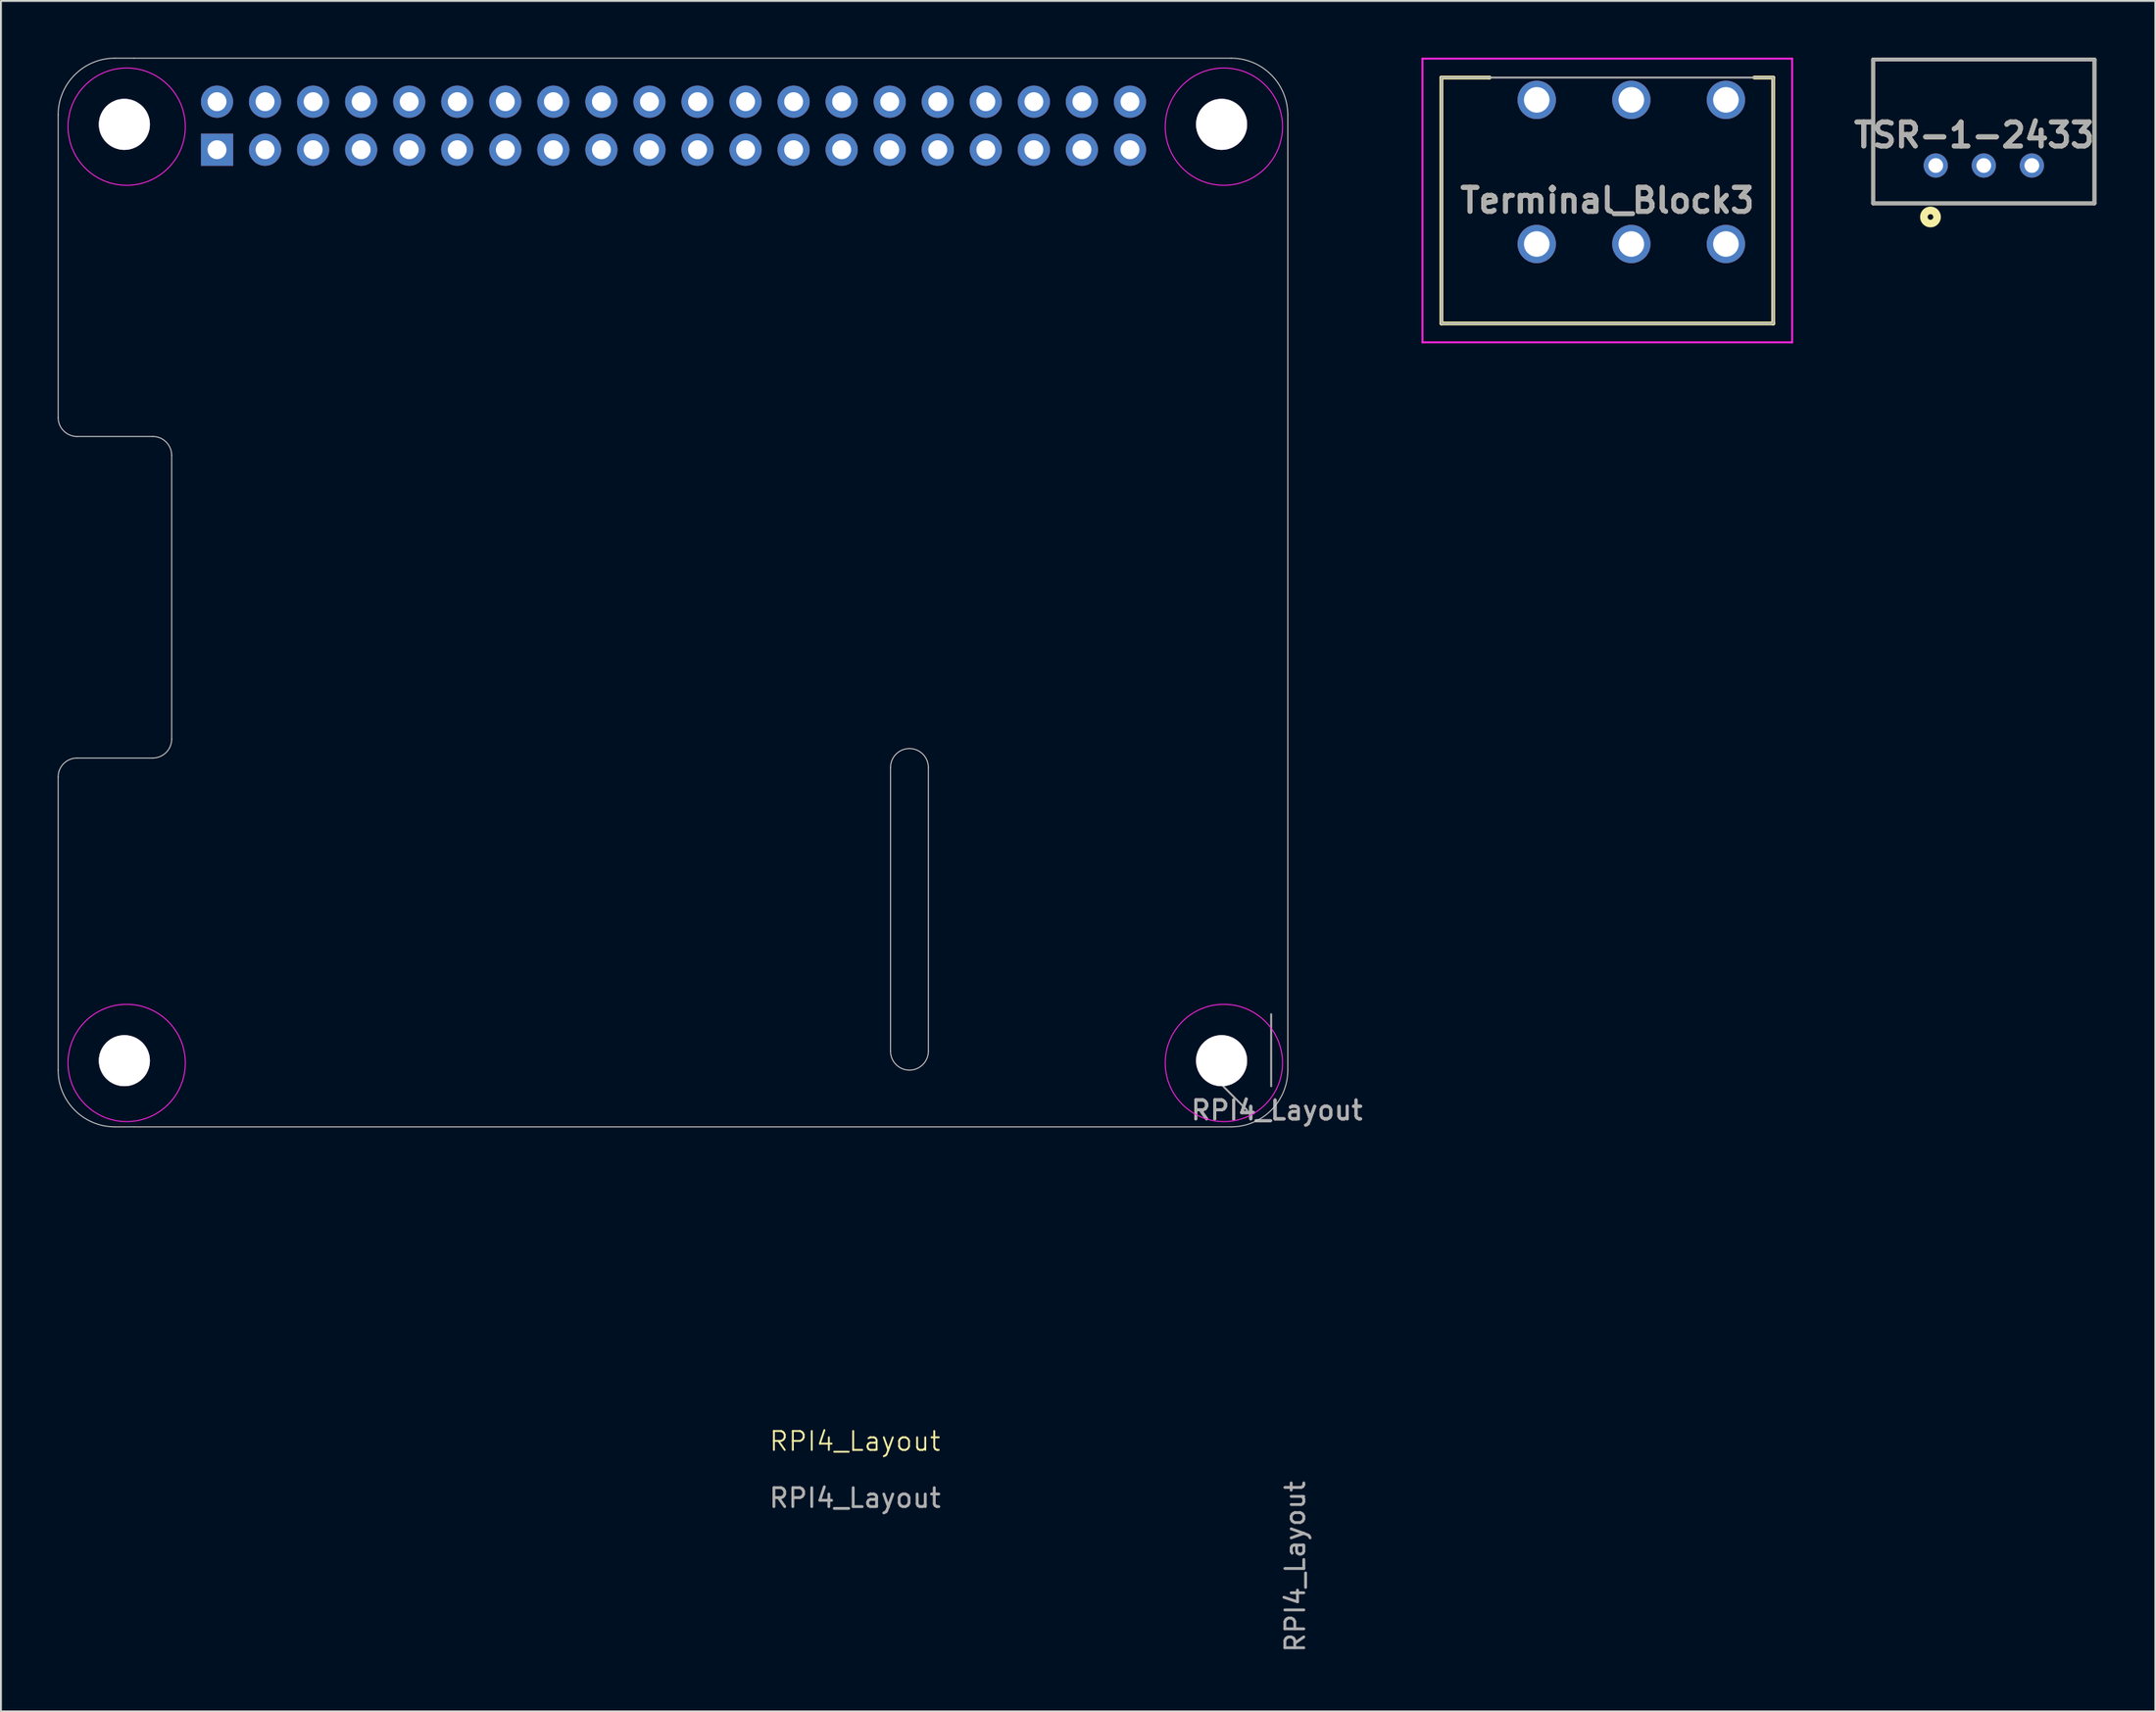
<source format=kicad_pcb>
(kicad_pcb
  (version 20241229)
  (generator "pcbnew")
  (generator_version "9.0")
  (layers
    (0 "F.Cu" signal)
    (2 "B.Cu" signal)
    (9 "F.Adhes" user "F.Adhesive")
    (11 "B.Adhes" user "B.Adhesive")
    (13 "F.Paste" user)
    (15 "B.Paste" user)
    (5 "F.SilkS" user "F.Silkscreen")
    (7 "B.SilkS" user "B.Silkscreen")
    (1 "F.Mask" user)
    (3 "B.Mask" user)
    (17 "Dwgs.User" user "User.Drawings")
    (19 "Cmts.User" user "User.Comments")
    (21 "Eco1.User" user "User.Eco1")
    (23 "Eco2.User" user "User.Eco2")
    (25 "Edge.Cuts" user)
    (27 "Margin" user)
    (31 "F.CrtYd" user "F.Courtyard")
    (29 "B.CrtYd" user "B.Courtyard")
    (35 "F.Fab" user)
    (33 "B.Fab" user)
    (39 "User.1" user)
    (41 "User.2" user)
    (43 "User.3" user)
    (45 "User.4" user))
  (footprint "RPI4_Layout"
    (layer "F.Cu")
    (at 42.146 73.646)
    (property "Reference" "RPI4_Layout" (at 0 -0.5 0) (unlocked yes) (layer "F.SilkS") (effects (font (size 1 1) (thickness 0.1))))
    (attr smd)
    (fp_line (start -42.121 -54.621) (end -42.121 -70.621) (stroke (width 0.05) (type solid)) (layer "Edge.Cuts"))
    (fp_line (start -42.121 -20.121) (end -42.121 -35.621) (stroke (width 0.05) (type solid)) (layer "Edge.Cuts"))
    (fp_line (start -41.121 -53.621) (end -37.121 -53.621) (stroke (width 0.05) (type solid)) (layer "Edge.Cuts"))
    (fp_line (start -41.121 -36.621) (end -37.121 -36.621) (stroke (width 0.05) (type solid)) (layer "Edge.Cuts"))
    (fp_line (start -39.121 -73.621) (end -38.121 -73.621) (stroke (width 0.05) (type solid)) (layer "Edge.Cuts"))
    (fp_line (start -39.121 -17.121) (end -38.121 -17.121) (stroke (width 0.05) (type solid)) (layer "Edge.Cuts"))
    (fp_line (start -38.121 -73.621) (end 19.879 -73.621) (stroke (width 0.05) (type solid)) (layer "Edge.Cuts"))
    (fp_line (start -38.121 -17.121) (end 19.879 -17.121) (stroke (width 0.05) (type solid)) (layer "Edge.Cuts"))
    (fp_line (start -36.121 -37.621) (end -36.121 -52.621) (stroke (width 0.05) (type solid)) (layer "Edge.Cuts"))
    (fp_line (start 1.879 -21.121) (end 1.879 -36.121) (stroke (width 0.05) (type solid)) (layer "Edge.Cuts"))
    (fp_line (start 3.879 -21.121) (end 3.879 -36.121) (stroke (width 0.05) (type solid)) (layer "Edge.Cuts"))
    (fp_line (start 22.879 -20.121) (end 22.879 -70.621) (stroke (width 0.05) (type solid)) (layer "Edge.Cuts"))
    (fp_arc (start -42.121314 -70.621314) (mid -41.24264 -72.74264) (end -39.121314 -73.621314) (stroke (width 0.05) (type solid)) (layer "Edge.Cuts"))
    (fp_arc (start -42.121314 -35.621314) (mid -41.828427 -36.328427) (end -41.121314 -36.621314) (stroke (width 0.05) (type solid)) (layer "Edge.Cuts"))
    (fp_arc (start -41.121314 -53.621314) (mid -41.828435 -53.914193) (end -42.121314 -54.621314) (stroke (width 0.05) (type solid)) (layer "Edge.Cuts"))
    (fp_arc (start -39.121314 -17.121314) (mid -41.242648 -17.99998) (end -42.121314 -20.121314) (stroke (width 0.05) (type solid)) (layer "Edge.Cuts"))
    (fp_arc (start -37.121314 -53.621314) (mid -36.414222 -53.328406) (end -36.121314 -52.621314) (stroke (width 0.05) (type solid)) (layer "Edge.Cuts"))
    (fp_arc (start -36.121314 -37.621314) (mid -36.414213 -36.914213) (end -37.121314 -36.621314) (stroke (width 0.05) (type solid)) (layer "Edge.Cuts"))
    (fp_arc (start 1.878686 -36.121314) (mid 2.878686 -37.121314) (end 3.878686 -36.121314) (stroke (width 0.05) (type solid)) (layer "Edge.Cuts"))
    (fp_arc (start 3.878686 -21.121314) (mid 2.878686 -20.121314) (end 1.878686 -21.121314) (stroke (width 0.05) (type solid)) (layer "Edge.Cuts"))
    (fp_arc (start 19.878686 -73.621314) (mid 22.000013 -72.742641) (end 22.878686 -70.621314) (stroke (width 0.05) (type solid)) (layer "Edge.Cuts"))
    (fp_arc (start 22.878686 -20.121314) (mid 22 -18) (end 19.878686 -17.121314) (stroke (width 0.05) (type solid)) (layer "Edge.Cuts"))
    (fp_circle (center -38.5 -70) (end -35.4 -70) (stroke (width 0.05) (type solid)) (fill no) (layer "F.CrtYd"))
    (fp_circle (center -38.5 -20.5) (end -35.4 -20.5) (stroke (width 0.05) (type solid)) (fill no) (layer "F.CrtYd"))
    (fp_circle (center 19.5 -70) (end 22.6 -70) (stroke (width 0.05) (type solid)) (fill no) (layer "F.CrtYd"))
    (fp_circle (center 19.5 -20.5) (end 22.6 -20.5) (stroke (width 0.05) (type solid)) (fill no) (layer "F.CrtYd"))
    (fp_line (start 20.73 -18) (end 19.46 -19.27) (stroke (width 0.1) (type solid)) (layer "F.Fab"))
    (fp_line (start 22 -19.27) (end 22 -23.08) (stroke (width 0.1) (type solid)) (layer "F.Fab"))
    (fp_text user "${REFERENCE}" (at 22.3 -18 0) (layer "F.Fab") (effects (font (size 1 1) (thickness 0.15))))
    (fp_text user "${REFERENCE}" (at 22.3 -18 0) (layer "F.Fab") (effects (font (size 1 1) (thickness 0.15))))
    (fp_text user "${REFERENCE}" (at 23.27 6.13 270) (layer "F.Fab") (effects (font (size 1 1) (thickness 0.15))))
    (fp_text user "${REFERENCE}" (at 22.3 -18 0) (layer "F.Fab") (effects (font (size 1 1) (thickness 0.15))))
    (fp_text user "${REFERENCE}" (at 22.3 -18 0) (layer "F.Fab") (effects (font (size 1 1) (thickness 0.15))))
    (fp_text user "${REFERENCE}" (at 0 2.5 0) (unlocked yes) (layer "F.Fab") (effects (font (size 1 1) (thickness 0.15))))
    (pad "1" thru_hole circle (at -38.621 -70.121) (size 2.7 2.7) (drill 2.7) (layers "*.Cu" "*.Mask"))
    (pad "1" thru_hole circle (at -38.621 -20.621) (size 2.7 2.7) (drill 2.7) (layers "*.Cu" "*.Mask"))
    (pad "1" thru_hole rect (at -33.724 -68.78 90) (size 1.7 1.7) (drill 1) (layers "*.Cu" "*.Mask"))
    (pad "1" thru_hole circle (at 19.379 -70.121) (size 2.7 2.7) (drill 2.7) (layers "*.Cu" "*.Mask"))
    (pad "1" thru_hole circle (at 19.379 -20.621) (size 2.7 2.7) (drill 2.7) (layers "*.Cu" "*.Mask"))
    (pad "2" thru_hole oval (at -33.724 -71.32 90) (size 1.7 1.7) (drill 1) (layers "*.Cu" "*.Mask"))
    (pad "3" thru_hole oval (at -31.184 -68.78 90) (size 1.7 1.7) (drill 1) (layers "*.Cu" "*.Mask"))
    (pad "4" thru_hole oval (at -31.184 -71.32 90) (size 1.7 1.7) (drill 1) (layers "*.Cu" "*.Mask"))
    (pad "5" thru_hole oval (at -28.644 -68.78 90) (size 1.7 1.7) (drill 1) (layers "*.Cu" "*.Mask"))
    (pad "6" thru_hole oval (at -28.644 -71.32 90) (size 1.7 1.7) (drill 1) (layers "*.Cu" "*.Mask"))
    (pad "7" thru_hole oval (at -26.104 -68.78 90) (size 1.7 1.7) (drill 1) (layers "*.Cu" "*.Mask"))
    (pad "8" thru_hole oval (at -26.104 -71.32 90) (size 1.7 1.7) (drill 1) (layers "*.Cu" "*.Mask"))
    (pad "9" thru_hole oval (at -23.564 -68.78 90) (size 1.7 1.7) (drill 1) (layers "*.Cu" "*.Mask"))
    (pad "10" thru_hole oval (at -23.564 -71.32 90) (size 1.7 1.7) (drill 1) (layers "*.Cu" "*.Mask"))
    (pad "11" thru_hole oval (at -21.024 -68.78 90) (size 1.7 1.7) (drill 1) (layers "*.Cu" "*.Mask"))
    (pad "12" thru_hole oval (at -21.024 -71.32 90) (size 1.7 1.7) (drill 1) (layers "*.Cu" "*.Mask"))
    (pad "13" thru_hole oval (at -18.484 -68.78 90) (size 1.7 1.7) (drill 1) (layers "*.Cu" "*.Mask"))
    (pad "14" thru_hole oval (at -18.484 -71.32 90) (size 1.7 1.7) (drill 1) (layers "*.Cu" "*.Mask"))
    (pad "15" thru_hole oval (at -15.944 -68.78 90) (size 1.7 1.7) (drill 1) (layers "*.Cu" "*.Mask"))
    (pad "16" thru_hole oval (at -15.944 -71.32 90) (size 1.7 1.7) (drill 1) (layers "*.Cu" "*.Mask"))
    (pad "17" thru_hole oval (at -13.404 -68.78 90) (size 1.7 1.7) (drill 1) (layers "*.Cu" "*.Mask"))
    (pad "18" thru_hole oval (at -13.404 -71.32 90) (size 1.7 1.7) (drill 1) (layers "*.Cu" "*.Mask"))
    (pad "19" thru_hole oval (at -10.864 -68.78 90) (size 1.7 1.7) (drill 1) (layers "*.Cu" "*.Mask"))
    (pad "20" thru_hole oval (at -10.864 -71.32 90) (size 1.7 1.7) (drill 1) (layers "*.Cu" "*.Mask"))
    (pad "21" thru_hole oval (at -8.324 -68.78 90) (size 1.7 1.7) (drill 1) (layers "*.Cu" "*.Mask"))
    (pad "22" thru_hole oval (at -8.324 -71.32 90) (size 1.7 1.7) (drill 1) (layers "*.Cu" "*.Mask"))
    (pad "23" thru_hole oval (at -5.784 -68.78 90) (size 1.7 1.7) (drill 1) (layers "*.Cu" "*.Mask"))
    (pad "24" thru_hole oval (at -5.784 -71.32 90) (size 1.7 1.7) (drill 1) (layers "*.Cu" "*.Mask"))
    (pad "25" thru_hole oval (at -3.244 -68.78 90) (size 1.7 1.7) (drill 1) (layers "*.Cu" "*.Mask"))
    (pad "26" thru_hole oval (at -3.244 -71.32 90) (size 1.7 1.7) (drill 1) (layers "*.Cu" "*.Mask"))
    (pad "27" thru_hole oval (at -0.704 -68.78 90) (size 1.7 1.7) (drill 1) (layers "*.Cu" "*.Mask"))
    (pad "28" thru_hole oval (at -0.704 -71.32 90) (size 1.7 1.7) (drill 1) (layers "*.Cu" "*.Mask"))
    (pad "29" thru_hole oval (at 1.836 -68.78 90) (size 1.7 1.7) (drill 1) (layers "*.Cu" "*.Mask"))
    (pad "30" thru_hole oval (at 1.836 -71.32 90) (size 1.7 1.7) (drill 1) (layers "*.Cu" "*.Mask"))
    (pad "31" thru_hole oval (at 4.376 -68.78 90) (size 1.7 1.7) (drill 1) (layers "*.Cu" "*.Mask"))
    (pad "32" thru_hole oval (at 4.376 -71.32 90) (size 1.7 1.7) (drill 1) (layers "*.Cu" "*.Mask"))
    (pad "33" thru_hole oval (at 6.916 -68.78 90) (size 1.7 1.7) (drill 1) (layers "*.Cu" "*.Mask"))
    (pad "34" thru_hole oval (at 6.916 -71.32 90) (size 1.7 1.7) (drill 1) (layers "*.Cu" "*.Mask"))
    (pad "35" thru_hole oval (at 9.456 -68.78 90) (size 1.7 1.7) (drill 1) (layers "*.Cu" "*.Mask"))
    (pad "36" thru_hole oval (at 9.456 -71.32 90) (size 1.7 1.7) (drill 1) (layers "*.Cu" "*.Mask"))
    (pad "37" thru_hole oval (at 11.996 -68.78 90) (size 1.7 1.7) (drill 1) (layers "*.Cu" "*.Mask"))
    (pad "38" thru_hole oval (at 11.996 -71.32 90) (size 1.7 1.7) (drill 1) (layers "*.Cu" "*.Mask"))
    (pad "39" thru_hole oval (at 14.536 -68.78 90) (size 1.7 1.7) (drill 1) (layers "*.Cu" "*.Mask"))
    (pad "40" thru_hole oval (at 14.536 -71.32 90) (size 1.7 1.7) (drill 1) (layers "*.Cu" "*.Mask")))
  (footprint "Terminal_Block3"
    (layer "F.Cu")
    (at 78.185 9.85)
    (property "Reference" "Terminal_Block3" (at 3.73 -2.3 0) (layer "F.SilkS") (effects (font (size 1.27 1.27) (thickness 0.254))))
    (attr through_hole)
    (fp_line (start -5.04 -8.8) (end -5.04 4.2) (stroke (width 0.2) (type solid)) (layer "F.SilkS"))
    (fp_line (start -5.04 4.2) (end 12.5 4.2) (stroke (width 0.2) (type solid)) (layer "F.SilkS"))
    (fp_line (start -2.5 -8.8) (end -5.04 -8.8) (stroke (width 0.2) (type solid)) (layer "F.SilkS"))
    (fp_line (start -2.5 -8.8) (end -2.5 -8.8) (stroke (width 0.2) (type solid)) (layer "F.SilkS"))
    (fp_line (start 12.5 -8.8) (end 11.5 -8.8) (stroke (width 0.2) (type solid)) (layer "F.SilkS"))
    (fp_line (start 12.5 4.2) (end 12.5 -8.8) (stroke (width 0.2) (type solid)) (layer "F.SilkS"))
    (fp_line (start 12.5 4.2) (end 12.5 4.2) (stroke (width 0.2) (type solid)) (layer "F.SilkS"))
    (fp_line (start -6.04 -9.8) (end 13.5 -9.8) (stroke (width 0.1) (type solid)) (layer "F.CrtYd"))
    (fp_line (start -6.04 5.2) (end -6.04 -9.8) (stroke (width 0.1) (type solid)) (layer "F.CrtYd"))
    (fp_line (start 13.5 -9.8) (end 13.5 5.2) (stroke (width 0.1) (type solid)) (layer "F.CrtYd"))
    (fp_line (start 13.5 5.2) (end -6.04 5.2) (stroke (width 0.1) (type solid)) (layer "F.CrtYd"))
    (fp_line (start -5.04 -8.8) (end 12.5 -8.8) (stroke (width 0.1) (type solid)) (layer "F.Fab"))
    (fp_line (start -5.04 4.2) (end -5.04 -8.8) (stroke (width 0.1) (type solid)) (layer "F.Fab"))
    (fp_line (start 12.5 -8.8) (end 12.5 4.2) (stroke (width 0.1) (type solid)) (layer "F.Fab"))
    (fp_line (start 12.5 4.2) (end -5.04 4.2) (stroke (width 0.1) (type solid)) (layer "F.Fab"))
    (fp_text user "${REFERENCE}" (at 3.73 -2.3 0) (layer "F.Fab") (effects (font (size 1.27 1.27) (thickness 0.254))))
    (pad "1" thru_hole circle (at 0 0) (size 2.025 2.025) (drill 1.35) (layers "*.Cu" "*.Mask"))
    (pad "2" thru_hole circle (at 0 -7.62) (size 2.025 2.025) (drill 1.35) (layers "*.Cu" "*.Mask"))
    (pad "3" thru_hole circle (at 5 0) (size 2.025 2.025) (drill 1.35) (layers "*.Cu" "*.Mask"))
    (pad "4" thru_hole circle (at 5 -7.62) (size 2.025 2.025) (drill 1.35) (layers "*.Cu" "*.Mask"))
    (pad "5" thru_hole circle (at 10 0) (size 2.025 2.025) (drill 1.35) (layers "*.Cu" "*.Mask"))
    (pad "6" thru_hole circle (at 10 -7.62) (size 2.025 2.025) (drill 1.35) (layers "*.Cu" "*.Mask")))
  (footprint "TSR-1-2433"
    (layer "F.Cu")
    (at 101.817 5.7)
    (property "Reference" "TSR-1-2433" (at -0.509 -1.605 0) (layer "F.SilkS") (effects (font (size 1.27 1.27) (thickness 0.254))))
    (attr through_hole)
    (fp_line (start -5.85 -5.6) (end 5.85 -5.6) (stroke (width 0.2) (type solid)) (layer "F.SilkS"))
    (fp_line (start -5.85 2) (end -5.85 -5.6) (stroke (width 0.2) (type solid)) (layer "F.SilkS"))
    (fp_line (start 5.85 -5.6) (end 5.85 2) (stroke (width 0.2) (type solid)) (layer "F.SilkS"))
    (fp_line (start 5.85 2) (end -5.85 2) (stroke (width 0.2) (type solid)) (layer "F.SilkS"))
    (fp_circle (center -2.819 2.721) (end -2.819 2.87) (stroke (width 0.4) (type solid)) (fill no) (layer "F.SilkS"))
    (fp_line (start -5.85 -5.6) (end 5.85 -5.6) (stroke (width 0.2) (type solid)) (layer "F.Fab"))
    (fp_line (start -5.85 2) (end -5.85 -5.6) (stroke (width 0.2) (type solid)) (layer "F.Fab"))
    (fp_line (start 5.85 -5.6) (end 5.85 2) (stroke (width 0.2) (type solid)) (layer "F.Fab"))
    (fp_line (start 5.85 2) (end -5.85 2) (stroke (width 0.2) (type solid)) (layer "F.Fab"))
    (fp_text user "${REFERENCE}" (at -0.509 -1.605 0) (layer "F.Fab") (effects (font (size 1.27 1.27) (thickness 0.254))))
    (pad "1" thru_hole circle (at -2.54 0) (size 1.28 1.28) (drill 0.78) (layers "*.Cu" "*.Mask"))
    (pad "2" thru_hole circle (at 0 0) (size 1.28 1.28) (drill 0.78) (layers "*.Cu" "*.Mask"))
    (pad "3" thru_hole circle (at 2.54 0) (size 1.28 1.28) (drill 0.78) (layers "*.Cu" "*.Mask")))
  (gr_rect
    (start -3 -3)
    (end 110.883 87.425)
    (stroke (width 0.1) (type default))
    (fill no)
    (layer "Edge.Cuts")))
</source>
